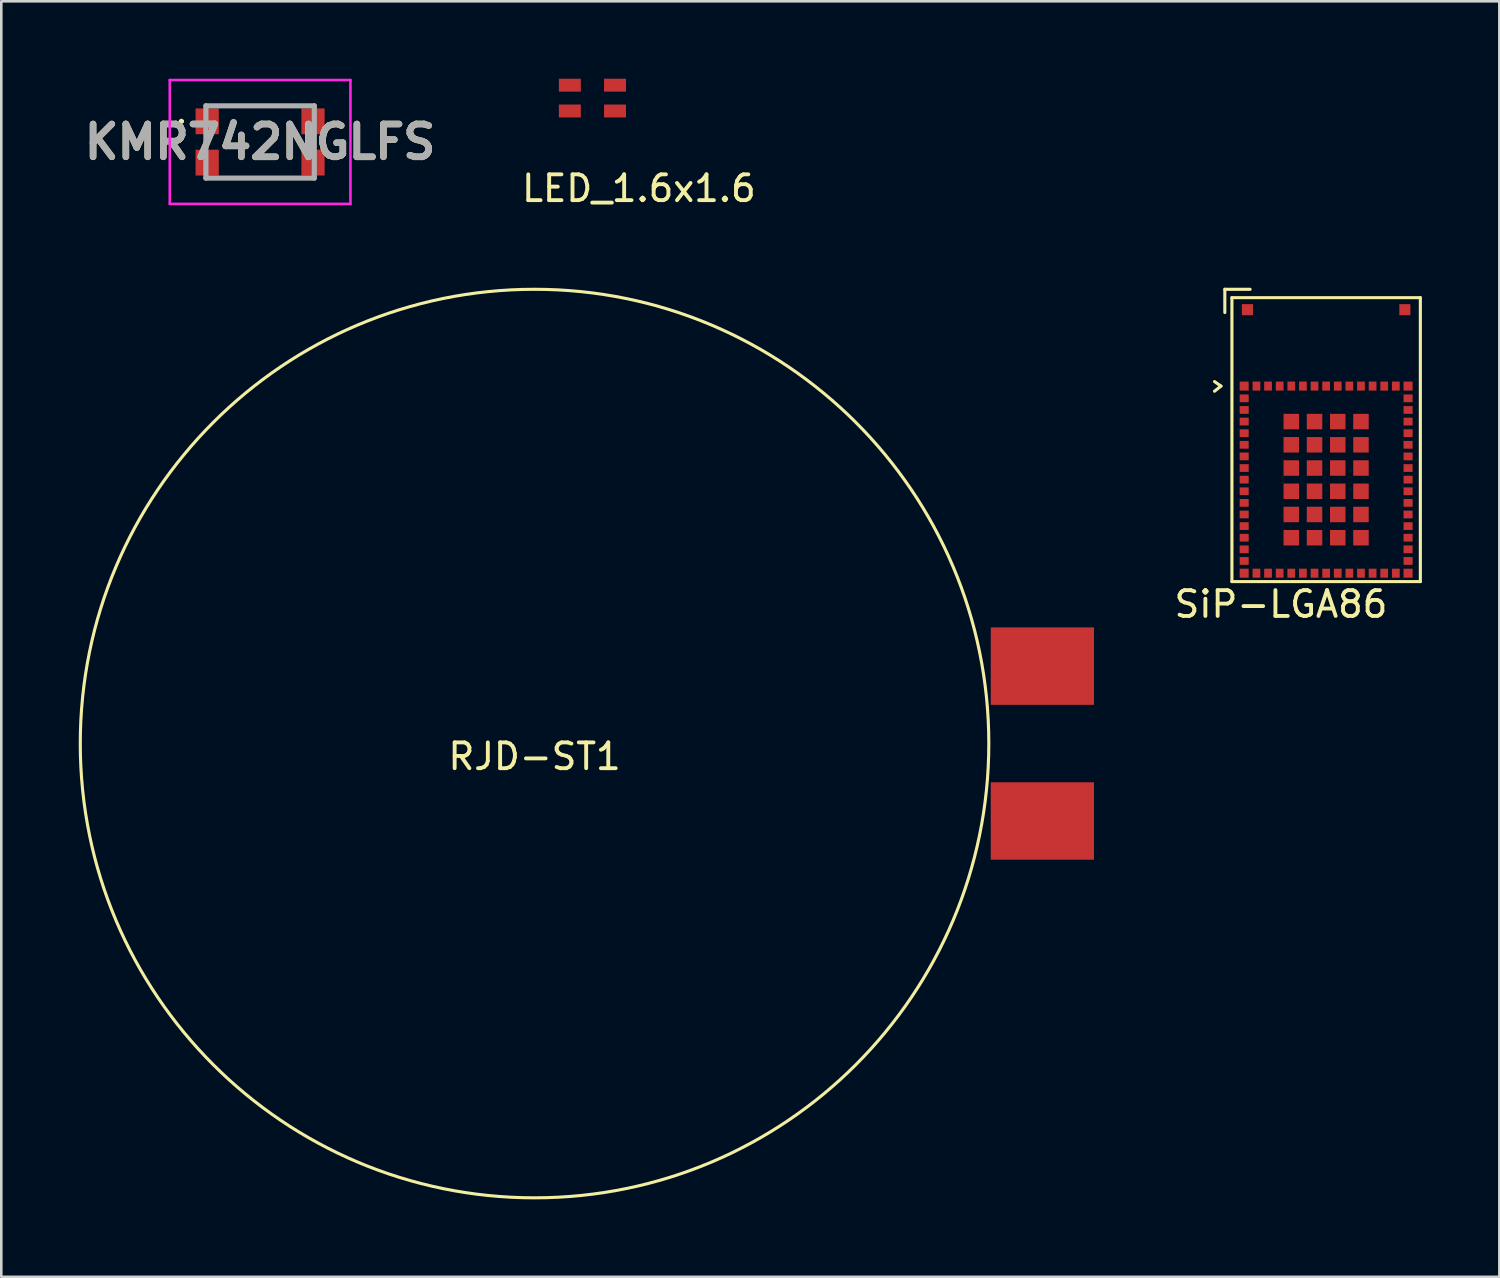
<source format=kicad_pcb>
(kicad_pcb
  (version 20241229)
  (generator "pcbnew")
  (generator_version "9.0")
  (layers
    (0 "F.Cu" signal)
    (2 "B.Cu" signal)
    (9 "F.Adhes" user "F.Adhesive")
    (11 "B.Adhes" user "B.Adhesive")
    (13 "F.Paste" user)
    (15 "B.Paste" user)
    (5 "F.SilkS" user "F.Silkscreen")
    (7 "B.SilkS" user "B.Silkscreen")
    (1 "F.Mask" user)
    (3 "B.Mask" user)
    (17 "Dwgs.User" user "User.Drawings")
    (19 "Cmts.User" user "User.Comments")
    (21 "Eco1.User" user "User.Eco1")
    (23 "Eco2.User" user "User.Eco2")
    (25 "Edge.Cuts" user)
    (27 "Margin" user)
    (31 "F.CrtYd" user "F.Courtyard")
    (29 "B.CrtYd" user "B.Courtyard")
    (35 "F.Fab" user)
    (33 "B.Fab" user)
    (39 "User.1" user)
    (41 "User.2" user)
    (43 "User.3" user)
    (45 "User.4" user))
  (footprint "KMR742NGLFS"
    (layer "F.Cu")
    (at 7.027 2.45)
    (property "Reference" "KMR742NGLFS" (at 0 0 0) (layer "F.SilkS") (effects (font (size 1.27 1.27) (thickness 0.254))))
    (attr smd)
    (fp_line (start -3.1 -0.8) (end -3.1 -0.8) (stroke (width 0.1) (type solid)) (layer "F.SilkS"))
    (fp_line (start -3 -0.8) (end -3 -0.8) (stroke (width 0.1) (type solid)) (layer "F.SilkS"))
    (fp_line (start -1 -1.4) (end 1 -1.4) (stroke (width 0.1) (type solid)) (layer "F.SilkS"))
    (fp_line (start -1 1.4) (end 1 1.4) (stroke (width 0.1) (type solid)) (layer "F.SilkS"))
    (fp_arc (start -3.1 -0.8) (mid -3.05 -0.85) (end -3 -0.8) (stroke (width 0.1) (type solid)) (layer "F.SilkS"))
    (fp_arc (start -3 -0.8) (mid -3.05 -0.75) (end -3.1 -0.8) (stroke (width 0.1) (type solid)) (layer "F.SilkS"))
    (fp_line (start -3.5 -2.4) (end 3.5 -2.4) (stroke (width 0.1) (type solid)) (layer "F.CrtYd"))
    (fp_line (start -3.5 2.4) (end -3.5 -2.4) (stroke (width 0.1) (type solid)) (layer "F.CrtYd"))
    (fp_line (start 3.5 -2.4) (end 3.5 2.4) (stroke (width 0.1) (type solid)) (layer "F.CrtYd"))
    (fp_line (start 3.5 2.4) (end -3.5 2.4) (stroke (width 0.1) (type solid)) (layer "F.CrtYd"))
    (fp_line (start -2.1 -1.4) (end 2.1 -1.4) (stroke (width 0.2) (type solid)) (layer "F.Fab"))
    (fp_line (start -2.1 1.4) (end -2.1 -1.4) (stroke (width 0.2) (type solid)) (layer "F.Fab"))
    (fp_line (start 2.1 -1.4) (end 2.1 1.4) (stroke (width 0.2) (type solid)) (layer "F.Fab"))
    (fp_line (start 2.1 1.4) (end -2.1 1.4) (stroke (width 0.2) (type solid)) (layer "F.Fab"))
    (fp_text user "${REFERENCE}" (at 0 0 0) (layer "F.Fab") (effects (font (size 1.27 1.27) (thickness 0.254))))
    (pad "1" smd rect (at -2.05 -0.8) (size 0.9 1) (layers "F.Cu" "F.Mask" "F.Paste"))
    (pad "2" smd rect (at -2.05 0.8) (size 0.9 1) (layers "F.Cu" "F.Mask" "F.Paste"))
    (pad "3" smd rect (at 2.05 0.8) (size 0.9 1) (layers "F.Cu" "F.Mask" "F.Paste"))
    (pad "4" smd rect (at 2.05 -0.8) (size 0.9 1) (layers "F.Cu" "F.Mask" "F.Paste")))
  (footprint "SiP-LGA86"
    (layer "F.Cu")
    (at 45.154 11.908)
    (property "Reference" "SiP-LGA86" (at 1.425 8.45 0) (layer "F.SilkS") (effects (font (size 1 1) (thickness 0.15))))
    (attr through_hole)
    (fp_line (start -1.15 0.2) (end -0.9 0) (stroke (width 0.12) (type solid)) (layer "F.SilkS"))
    (fp_line (start -0.9 0) (end -1.15 -0.175) (stroke (width 0.12) (type solid)) (layer "F.SilkS"))
    (fp_line (start -0.75 -3.75) (end -0.75 -2.85) (stroke (width 0.12) (type solid)) (layer "F.SilkS"))
    (fp_line (start -0.475 -3.425) (end -0.475 7.575) (stroke (width 0.12) (type solid)) (layer "F.SilkS"))
    (fp_line (start -0.475 -3.425) (end 6.825 -3.425) (stroke (width 0.12) (type solid)) (layer "F.SilkS"))
    (fp_line (start -0.475 7.575) (end 6.825 7.575) (stroke (width 0.12) (type solid)) (layer "F.SilkS"))
    (fp_line (start 0.23 -3.75) (end -0.75 -3.75) (stroke (width 0.12) (type solid)) (layer "F.SilkS"))
    (fp_line (start 6.825 -3.425) (end 6.825 7.575) (stroke (width 0.12) (type solid)) (layer "F.SilkS"))
    (pad "1" smd rect (at 0 0) (size 0.35 0.35) (layers "F.Cu" "F.Mask" "F.Paste"))
    (pad "2" smd rect (at 0 0.475) (size 0.35 0.3) (layers "F.Cu" "F.Mask" "F.Paste"))
    (pad "3" smd rect (at 0 0.925) (size 0.35 0.3) (layers "F.Cu" "F.Mask" "F.Paste"))
    (pad "4" smd rect (at 0 1.375) (size 0.35 0.3) (layers "F.Cu" "F.Mask" "F.Paste"))
    (pad "5" smd rect (at 0 1.825) (size 0.35 0.3) (layers "F.Cu" "F.Mask" "F.Paste"))
    (pad "6" smd rect (at 0 2.275) (size 0.35 0.3) (layers "F.Cu" "F.Mask" "F.Paste"))
    (pad "7" smd rect (at 0 2.725) (size 0.35 0.3) (layers "F.Cu" "F.Mask" "F.Paste"))
    (pad "8" smd rect (at 0 3.175) (size 0.35 0.3) (layers "F.Cu" "F.Mask" "F.Paste"))
    (pad "9" smd rect (at 0 3.625) (size 0.35 0.3) (layers "F.Cu" "F.Mask" "F.Paste"))
    (pad "10" smd rect (at 0 4.075) (size 0.35 0.3) (layers "F.Cu" "F.Mask" "F.Paste"))
    (pad "11" smd rect (at 0 4.525) (size 0.35 0.3) (layers "F.Cu" "F.Mask" "F.Paste"))
    (pad "12" smd rect (at 0 4.975) (size 0.35 0.3) (layers "F.Cu" "F.Mask" "F.Paste"))
    (pad "13" smd rect (at 0 5.425) (size 0.35 0.3) (layers "F.Cu" "F.Mask" "F.Paste"))
    (pad "14" smd rect (at 0 5.875) (size 0.35 0.3) (layers "F.Cu" "F.Mask" "F.Paste"))
    (pad "15" smd rect (at 0 6.325) (size 0.35 0.3) (layers "F.Cu" "F.Mask" "F.Paste"))
    (pad "16" smd rect (at 0 6.775) (size 0.35 0.3) (layers "F.Cu" "F.Mask" "F.Paste"))
    (pad "17" smd rect (at 0 7.25) (size 0.35 0.35) (layers "F.Cu" "F.Mask" "F.Paste"))
    (pad "18" smd rect (at 0.475 7.25) (size 0.3 0.35) (layers "F.Cu" "F.Mask" "F.Paste"))
    (pad "19" smd rect (at 0.925 7.25) (size 0.3 0.35) (layers "F.Cu" "F.Mask" "F.Paste"))
    (pad "20" smd rect (at 1.375 7.25) (size 0.3 0.35) (layers "F.Cu" "F.Mask" "F.Paste"))
    (pad "21" smd rect (at 1.825 7.25) (size 0.3 0.35) (layers "F.Cu" "F.Mask" "F.Paste"))
    (pad "22" smd rect (at 2.275 7.25) (size 0.3 0.35) (layers "F.Cu" "F.Mask" "F.Paste"))
    (pad "23" smd rect (at 2.725 7.25) (size 0.3 0.35) (layers "F.Cu" "F.Mask" "F.Paste"))
    (pad "24" smd rect (at 3.175 7.25) (size 0.3 0.35) (layers "F.Cu" "F.Mask" "F.Paste"))
    (pad "25" smd rect (at 3.625 7.25) (size 0.3 0.35) (layers "F.Cu" "F.Mask" "F.Paste"))
    (pad "26" smd rect (at 4.075 7.25) (size 0.3 0.35) (layers "F.Cu" "F.Mask" "F.Paste"))
    (pad "27" smd rect (at 4.525 7.25) (size 0.3 0.35) (layers "F.Cu" "F.Mask" "F.Paste"))
    (pad "28" smd rect (at 4.975 7.25) (size 0.3 0.35) (layers "F.Cu" "F.Mask" "F.Paste"))
    (pad "29" smd rect (at 5.425 7.25) (size 0.3 0.35) (layers "F.Cu" "F.Mask" "F.Paste"))
    (pad "30" smd rect (at 5.875 7.25) (size 0.3 0.35) (layers "F.Cu" "F.Mask" "F.Paste"))
    (pad "31" smd rect (at 6.35 7.25) (size 0.35 0.35) (layers "F.Cu" "F.Mask" "F.Paste"))
    (pad "32" smd rect (at 6.35 6.775) (size 0.35 0.3) (layers "F.Cu" "F.Mask" "F.Paste"))
    (pad "33" smd rect (at 6.35 6.325) (size 0.35 0.3) (layers "F.Cu" "F.Mask" "F.Paste"))
    (pad "34" smd rect (at 6.35 5.875) (size 0.35 0.3) (layers "F.Cu" "F.Mask" "F.Paste"))
    (pad "35" smd rect (at 6.35 5.425) (size 0.35 0.3) (layers "F.Cu" "F.Mask" "F.Paste"))
    (pad "36" smd rect (at 6.35 4.975) (size 0.35 0.3) (layers "F.Cu" "F.Mask" "F.Paste"))
    (pad "37" smd rect (at 6.35 4.525) (size 0.35 0.3) (layers "F.Cu" "F.Mask" "F.Paste"))
    (pad "38" smd rect (at 6.35 4.075) (size 0.35 0.3) (layers "F.Cu" "F.Mask" "F.Paste"))
    (pad "39" smd rect (at 6.35 3.625) (size 0.35 0.3) (layers "F.Cu" "F.Mask" "F.Paste"))
    (pad "40" smd rect (at 6.35 3.175) (size 0.35 0.3) (layers "F.Cu" "F.Mask" "F.Paste"))
    (pad "41" smd rect (at 6.35 2.725) (size 0.35 0.3) (layers "F.Cu" "F.Mask" "F.Paste"))
    (pad "42" smd rect (at 6.35 2.275) (size 0.35 0.3) (layers "F.Cu" "F.Mask" "F.Paste"))
    (pad "43" smd rect (at 6.35 1.825) (size 0.35 0.3) (layers "F.Cu" "F.Mask" "F.Paste"))
    (pad "44" smd rect (at 6.35 1.375) (size 0.35 0.3) (layers "F.Cu" "F.Mask" "F.Paste"))
    (pad "45" smd rect (at 6.35 0.925) (size 0.35 0.3) (layers "F.Cu" "F.Mask" "F.Paste"))
    (pad "46" smd rect (at 6.35 0.475) (size 0.35 0.3) (layers "F.Cu" "F.Mask" "F.Paste"))
    (pad "47" smd rect (at 6.35 0) (size 0.35 0.35) (layers "F.Cu" "F.Mask" "F.Paste"))
    (pad "48" smd rect (at 5.875 0) (size 0.3 0.35) (layers "F.Cu" "F.Mask" "F.Paste"))
    (pad "49" smd rect (at 5.425 0) (size 0.3 0.35) (layers "F.Cu" "F.Mask" "F.Paste"))
    (pad "50" smd rect (at 4.975 0) (size 0.3 0.35) (layers "F.Cu" "F.Mask" "F.Paste"))
    (pad "51" smd rect (at 4.525 0) (size 0.3 0.35) (layers "F.Cu" "F.Mask" "F.Paste"))
    (pad "52" smd rect (at 4.075 0) (size 0.3 0.35) (layers "F.Cu" "F.Mask" "F.Paste"))
    (pad "53" smd rect (at 3.625 0) (size 0.3 0.35) (layers "F.Cu" "F.Mask" "F.Paste"))
    (pad "54" smd rect (at 3.175 0) (size 0.3 0.35) (layers "F.Cu" "F.Mask" "F.Paste"))
    (pad "55" smd rect (at 2.725 0) (size 0.3 0.35) (layers "F.Cu" "F.Mask" "F.Paste"))
    (pad "56" smd rect (at 2.275 0) (size 0.3 0.35) (layers "F.Cu" "F.Mask" "F.Paste"))
    (pad "57" smd rect (at 1.825 0) (size 0.3 0.35) (layers "F.Cu" "F.Mask" "F.Paste"))
    (pad "58" smd rect (at 1.375 0) (size 0.3 0.35) (layers "F.Cu" "F.Mask" "F.Paste"))
    (pad "59" smd rect (at 0.925 0) (size 0.3 0.35) (layers "F.Cu" "F.Mask" "F.Paste"))
    (pad "60" smd rect (at 0.475 0) (size 0.3 0.35) (layers "F.Cu" "F.Mask" "F.Paste"))
    (pad "61" smd rect (at 1.825 1.375) (size 0.6 0.6) (layers "F.Cu" "F.Mask" "F.Paste"))
    (pad "62" smd rect (at 1.825 2.275) (size 0.6 0.6) (layers "F.Cu" "F.Mask" "F.Paste"))
    (pad "63" smd rect (at 1.825 3.175) (size 0.6 0.6) (layers "F.Cu" "F.Mask" "F.Paste"))
    (pad "64" smd rect (at 1.825 4.075) (size 0.6 0.6) (layers "F.Cu" "F.Mask" "F.Paste"))
    (pad "65" smd rect (at 1.825 4.975) (size 0.6 0.6) (layers "F.Cu" "F.Mask" "F.Paste"))
    (pad "66" smd rect (at 1.825 5.875) (size 0.6 0.6) (layers "F.Cu" "F.Mask" "F.Paste"))
    (pad "67" smd rect (at 2.725 5.875) (size 0.6 0.6) (layers "F.Cu" "F.Mask" "F.Paste"))
    (pad "68" smd rect (at 3.625 5.875) (size 0.6 0.6) (layers "F.Cu" "F.Mask" "F.Paste"))
    (pad "69" smd rect (at 4.525 5.875) (size 0.6 0.6) (layers "F.Cu" "F.Mask" "F.Paste"))
    (pad "70" smd rect (at 4.525 4.975) (size 0.6 0.6) (layers "F.Cu" "F.Mask" "F.Paste"))
    (pad "71" smd rect (at 4.525 4.075) (size 0.6 0.6) (layers "F.Cu" "F.Mask" "F.Paste"))
    (pad "72" smd rect (at 4.525 3.175) (size 0.6 0.6) (layers "F.Cu" "F.Mask" "F.Paste"))
    (pad "73" smd rect (at 4.525 2.275) (size 0.6 0.6) (layers "F.Cu" "F.Mask" "F.Paste"))
    (pad "74" smd rect (at 4.525 1.375) (size 0.6 0.6) (layers "F.Cu" "F.Mask" "F.Paste"))
    (pad "75" smd rect (at 3.625 1.375) (size 0.6 0.6) (layers "F.Cu" "F.Mask" "F.Paste"))
    (pad "76" smd rect (at 2.725 1.375) (size 0.6 0.6) (layers "F.Cu" "F.Mask" "F.Paste"))
    (pad "77" smd rect (at 2.725 2.275) (size 0.6 0.6) (layers "F.Cu" "F.Mask" "F.Paste"))
    (pad "78" smd rect (at 2.725 3.175) (size 0.6 0.6) (layers "F.Cu" "F.Mask" "F.Paste"))
    (pad "79" smd rect (at 2.725 4.075) (size 0.6 0.6) (layers "F.Cu" "F.Mask" "F.Paste"))
    (pad "80" smd rect (at 2.725 4.975) (size 0.6 0.6) (layers "F.Cu" "F.Mask" "F.Paste"))
    (pad "81" smd rect (at 3.625 4.975) (size 0.6 0.6) (layers "F.Cu" "F.Mask" "F.Paste"))
    (pad "82" smd rect (at 3.625 4.075) (size 0.6 0.6) (layers "F.Cu" "F.Mask" "F.Paste"))
    (pad "83" smd rect (at 3.625 3.175) (size 0.6 0.6) (layers "F.Cu" "F.Mask" "F.Paste"))
    (pad "84" smd rect (at 3.625 2.275) (size 0.6 0.6) (layers "F.Cu" "F.Mask" "F.Paste"))
    (pad "85" smd rect (at 0.125 -2.96) (size 0.43 0.43) (layers "F.Cu" "F.Mask" "F.Paste"))
    (pad "86" smd rect (at 6.225 -2.96) (size 0.43 0.43) (layers "F.Cu" "F.Mask" "F.Paste")))
  (footprint "RJD-ST1"
    (layer "F.Cu")
    (at 17.66 25.758)
    (property "Reference" "RJD-ST1" (at 0 0.5 0) (layer "F.SilkS") (effects (font (size 1 1) (thickness 0.15))))
    (attr through_hole)
    (fp_circle (center 0 0) (end 17.6 0) (stroke (width 0.12) (type solid)) (fill no) (layer "F.SilkS"))
    (pad "1" smd rect (at 19.675 -3) (size 4 3) (layers "F.Cu" "F.Mask" "F.Paste"))
    (pad "2" smd rect (at 19.675 3) (size 4 3) (layers "F.Cu" "F.Mask" "F.Paste")))
  (footprint "LED_1.6x1.6"
    (layer "F.Cu")
    (at 19.903 0.75)
    (property "Reference" "LED_1.6x1.6" (at 1.8 3.5 0) (layer "F.SilkS") (effects (font (size 1 1) (thickness 0.15))))
    (attr through_hole)
    (pad "1" smd rect (at 0.875 0.5) (size 0.85 0.5) (layers "F.Cu" "F.Mask" "F.Paste"))
    (pad "2" smd rect (at -0.875 0.5) (size 0.85 0.5) (layers "F.Cu" "F.Mask" "F.Paste"))
    (pad "3" smd rect (at -0.875 -0.5) (size 0.85 0.5) (layers "F.Cu" "F.Mask" "F.Paste"))
    (pad "4" smd rect (at 0.875 -0.5) (size 0.85 0.5) (layers "F.Cu" "F.Mask" "F.Paste")))
  (gr_rect
    (start -3 -3)
    (end 55.039 46.418)
    (stroke (width 0.1) (type default))
    (fill no)
    (layer "Edge.Cuts")))
</source>
